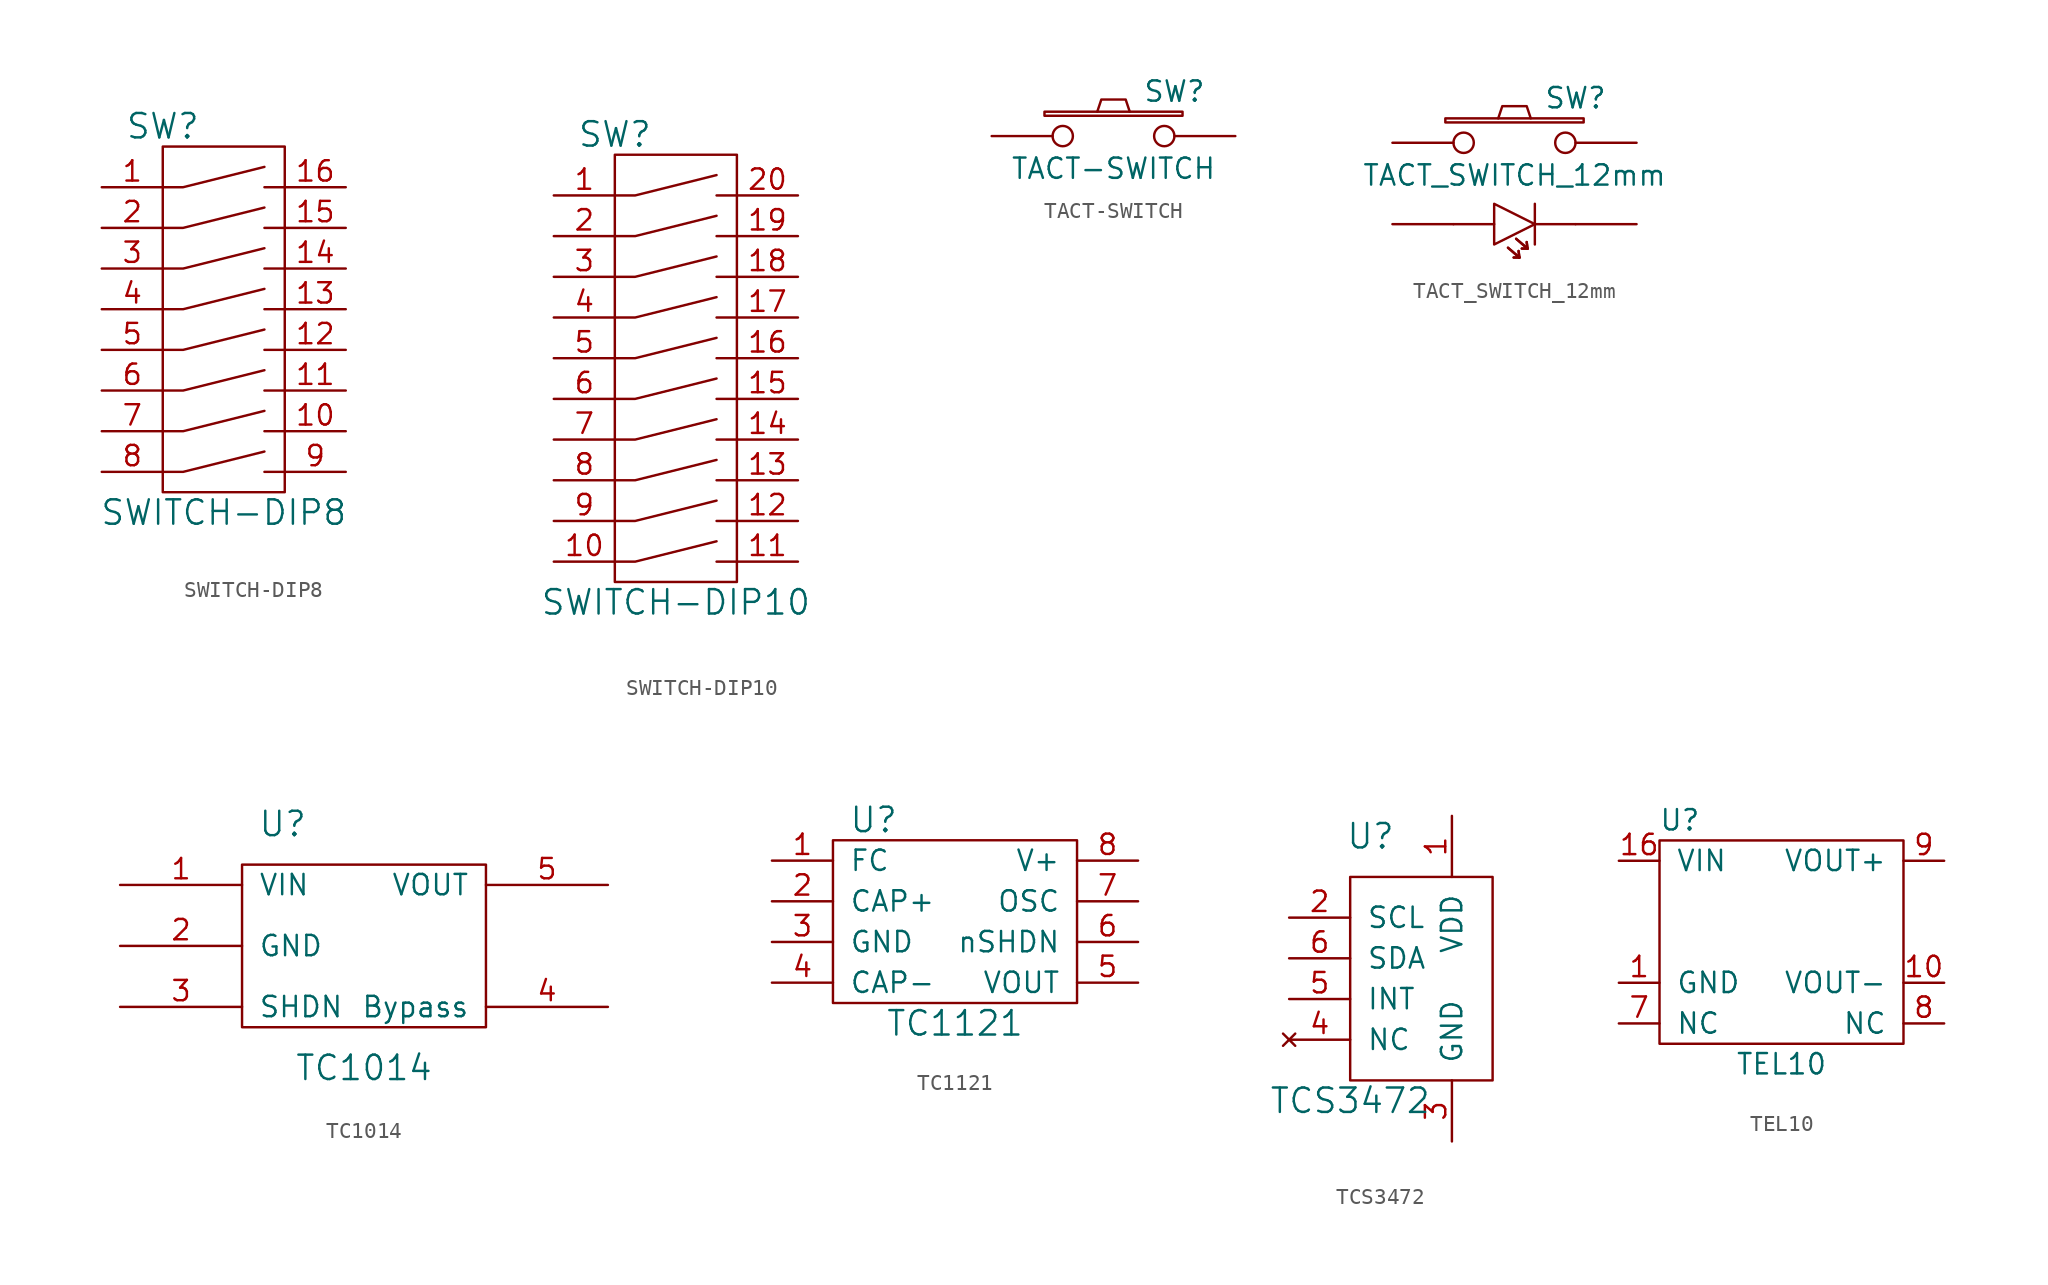
<source format=kicad_sym>
(kicad_symbol_lib
  (version 20211014)
  (generator kicad_symbol_editor)
  (symbol "SWITCH-DIP8"
    (pin_names
      (offset 1.016))
    (property "Reference" "SW"
      (at -15.24 13.97 0)
      (effects (font (size 1.524 1.524))))
    (property "Value" "SWITCH-DIP8"
      (at -11.43 -10.16 0)
      (effects (font (size 1.524 1.524))))
    (property "Footprint" ""
      (at 0 0 0)
      (effects (font (size 1.524 1.524))))
    (property "Datasheet" ""
      (at 0 0 0)
      (effects (font (size 1.524 1.524))))
    (symbol "SWITCH-DIP8_0_1"
      (rectangle (start -15.24 12.7) (end -7.62 -8.89) (stroke (width 0) (type default) (color 0 0 0 0)) (fill (type none)))
      (polyline (pts (xy -8.89 -7.62) (xy -7.62 -7.62)) (stroke (width 0) (type default) (color 0 0 0 0)) (fill (type none)))
      (polyline (pts (xy -8.89 -5.08) (xy -7.62 -5.08)) (stroke (width 0) (type default) (color 0 0 0 0)) (fill (type none)))
      (polyline (pts (xy -8.89 -2.54) (xy -7.62 -2.54)) (stroke (width 0) (type default) (color 0 0 0 0)) (fill (type none)))
      (polyline (pts (xy -8.89 0) (xy -7.62 0)) (stroke (width 0) (type default) (color 0 0 0 0)) (fill (type none)))
      (polyline (pts (xy -8.89 10.16) (xy -7.62 10.16)) (stroke (width 0) (type default) (color 0 0 0 0)) (fill (type none)))
      (polyline (pts (xy -7.62 2.54) (xy -8.89 2.54)) (stroke (width 0) (type default) (color 0 0 0 0)) (fill (type none)))
      (polyline (pts (xy -7.62 5.08) (xy -8.89 5.08)) (stroke (width 0) (type default) (color 0 0 0 0)) (fill (type none)))
      (polyline (pts (xy -7.62 7.62) (xy -8.89 7.62)) (stroke (width 0) (type default) (color 0 0 0 0)) (fill (type none)))
      (polyline (pts (xy -15.24 -7.62) (xy -13.97 -7.62) (xy -8.89 -6.35)) (stroke (width 0) (type default) (color 0 0 0 0)) (fill (type none)))
      (polyline (pts (xy -15.24 -5.08) (xy -13.97 -5.08) (xy -8.89 -3.81)) (stroke (width 0) (type default) (color 0 0 0 0)) (fill (type none)))
      (polyline (pts (xy -15.24 -2.54) (xy -13.97 -2.54) (xy -8.89 -1.27)) (stroke (width 0) (type default) (color 0 0 0 0)) (fill (type none)))
      (polyline (pts (xy -15.24 0) (xy -13.97 0) (xy -8.89 1.27)) (stroke (width 0) (type default) (color 0 0 0 0)) (fill (type none)))
      (polyline (pts (xy -15.24 2.54) (xy -13.97 2.54) (xy -8.89 3.81)) (stroke (width 0) (type default) (color 0 0 0 0)) (fill (type none)))
      (polyline (pts (xy -15.24 5.08) (xy -13.97 5.08) (xy -8.89 6.35)) (stroke (width 0) (type default) (color 0 0 0 0)) (fill (type none)))
      (polyline (pts (xy -15.24 7.62) (xy -13.97 7.62) (xy -8.89 8.89)) (stroke (width 0) (type default) (color 0 0 0 0)) (fill (type none)))
      (polyline (pts (xy -15.24 10.16) (xy -13.97 10.16) (xy -8.89 11.43)) (stroke (width 0) (type default) (color 0 0 0 0)) (fill (type none))))
    (symbol "SWITCH-DIP8_1_1"
      (pin passive line (at -19.05 10.16 0) (length 3.81) (name "~" (effects (font (size 1.27 1.27)))) (number "1" (effects (font (size 1.27 1.27)))))
      (pin passive line (at -3.81 -5.08 180) (length 3.81) (name "~" (effects (font (size 1.27 1.27)))) (number "10" (effects (font (size 1.27 1.27)))))
      (pin passive line (at -3.81 -2.54 180) (length 3.81) (name "~" (effects (font (size 1.27 1.27)))) (number "11" (effects (font (size 1.27 1.27)))))
      (pin passive line (at -3.81 0 180) (length 3.81) (name "~" (effects (font (size 1.27 1.27)))) (number "12" (effects (font (size 1.27 1.27)))))
      (pin passive line (at -3.81 2.54 180) (length 3.81) (name "~" (effects (font (size 1.27 1.27)))) (number "13" (effects (font (size 1.27 1.27)))))
      (pin passive line (at -3.81 5.08 180) (length 3.81) (name "~" (effects (font (size 1.27 1.27)))) (number "14" (effects (font (size 1.27 1.27)))))
      (pin passive line (at -3.81 7.62 180) (length 3.81) (name "~" (effects (font (size 1.27 1.27)))) (number "15" (effects (font (size 1.27 1.27)))))
      (pin passive line (at -3.81 10.16 180) (length 3.81) (name "~" (effects (font (size 1.27 1.27)))) (number "16" (effects (font (size 1.27 1.27)))))
      (pin passive line (at -19.05 7.62 0) (length 3.81) (name "~" (effects (font (size 1.27 1.27)))) (number "2" (effects (font (size 1.27 1.27)))))
      (pin passive line (at -19.05 5.08 0) (length 3.81) (name "~" (effects (font (size 1.27 1.27)))) (number "3" (effects (font (size 1.27 1.27)))))
      (pin passive line (at -19.05 2.54 0) (length 3.81) (name "~" (effects (font (size 1.27 1.27)))) (number "4" (effects (font (size 1.27 1.27)))))
      (pin passive line (at -19.05 0 0) (length 3.81) (name "~" (effects (font (size 1.27 1.27)))) (number "5" (effects (font (size 1.27 1.27)))))
      (pin passive line (at -19.05 -2.54 0) (length 3.81) (name "~" (effects (font (size 1.27 1.27)))) (number "6" (effects (font (size 1.27 1.27)))))
      (pin passive line (at -19.05 -5.08 0) (length 3.81) (name "~" (effects (font (size 1.27 1.27)))) (number "7" (effects (font (size 1.27 1.27)))))
      (pin passive line (at -19.05 -7.62 0) (length 3.81) (name "~" (effects (font (size 1.27 1.27)))) (number "8" (effects (font (size 1.27 1.27)))))
      (pin passive line (at -3.81 -7.62 180) (length 3.81) (name "~" (effects (font (size 1.27 1.27)))) (number "9" (effects (font (size 1.27 1.27)))))))
  (symbol "SWITCH-DIP10"
    (pin_names
      (offset 1.016))
    (property "Reference" "SW"
      (at -15.24 13.97 0)
      (effects (font (size 1.524 1.524))))
    (property "Value" "SWITCH-DIP10"
      (at -11.43 -15.24 0)
      (effects (font (size 1.524 1.524))))
    (property "Footprint" ""
      (at 0 0 0)
      (effects (font (size 1.524 1.524))))
    (property "Datasheet" ""
      (at 0 0 0)
      (effects (font (size 1.524 1.524))))
    (symbol "SWITCH-DIP10_0_1"
      (rectangle (start -15.24 12.7) (end -7.62 -13.97) (stroke (width 0) (type default) (color 0 0 0 0)) (fill (type none)))
      (polyline (pts (xy -8.89 -10.16) (xy -7.62 -10.16)) (stroke (width 0) (type default) (color 0 0 0 0)) (fill (type none)))
      (polyline (pts (xy -8.89 -7.62) (xy -7.62 -7.62)) (stroke (width 0) (type default) (color 0 0 0 0)) (fill (type none)))
      (polyline (pts (xy -8.89 -5.08) (xy -7.62 -5.08)) (stroke (width 0) (type default) (color 0 0 0 0)) (fill (type none)))
      (polyline (pts (xy -8.89 -2.54) (xy -7.62 -2.54)) (stroke (width 0) (type default) (color 0 0 0 0)) (fill (type none)))
      (polyline (pts (xy -8.89 0) (xy -7.62 0)) (stroke (width 0) (type default) (color 0 0 0 0)) (fill (type none)))
      (polyline (pts (xy -8.89 10.16) (xy -7.62 10.16)) (stroke (width 0) (type default) (color 0 0 0 0)) (fill (type none)))
      (polyline (pts (xy -7.62 -12.7) (xy -8.89 -12.7)) (stroke (width 0) (type default) (color 0 0 0 0)) (fill (type none)))
      (polyline (pts (xy -7.62 2.54) (xy -8.89 2.54)) (stroke (width 0) (type default) (color 0 0 0 0)) (fill (type none)))
      (polyline (pts (xy -7.62 5.08) (xy -8.89 5.08)) (stroke (width 0) (type default) (color 0 0 0 0)) (fill (type none)))
      (polyline (pts (xy -7.62 7.62) (xy -8.89 7.62)) (stroke (width 0) (type default) (color 0 0 0 0)) (fill (type none)))
      (polyline (pts (xy -15.24 -12.7) (xy -13.97 -12.7) (xy -8.89 -11.43)) (stroke (width 0) (type default) (color 0 0 0 0)) (fill (type none)))
      (polyline (pts (xy -15.24 -10.16) (xy -13.97 -10.16) (xy -8.89 -8.89)) (stroke (width 0) (type default) (color 0 0 0 0)) (fill (type none)))
      (polyline (pts (xy -15.24 -7.62) (xy -13.97 -7.62) (xy -8.89 -6.35)) (stroke (width 0) (type default) (color 0 0 0 0)) (fill (type none)))
      (polyline (pts (xy -15.24 -5.08) (xy -13.97 -5.08) (xy -8.89 -3.81)) (stroke (width 0) (type default) (color 0 0 0 0)) (fill (type none)))
      (polyline (pts (xy -15.24 -2.54) (xy -13.97 -2.54) (xy -8.89 -1.27)) (stroke (width 0) (type default) (color 0 0 0 0)) (fill (type none)))
      (polyline (pts (xy -15.24 0) (xy -13.97 0) (xy -8.89 1.27)) (stroke (width 0) (type default) (color 0 0 0 0)) (fill (type none)))
      (polyline (pts (xy -15.24 2.54) (xy -13.97 2.54) (xy -8.89 3.81)) (stroke (width 0) (type default) (color 0 0 0 0)) (fill (type none)))
      (polyline (pts (xy -15.24 5.08) (xy -13.97 5.08) (xy -8.89 6.35)) (stroke (width 0) (type default) (color 0 0 0 0)) (fill (type none)))
      (polyline (pts (xy -15.24 7.62) (xy -13.97 7.62) (xy -8.89 8.89)) (stroke (width 0) (type default) (color 0 0 0 0)) (fill (type none)))
      (polyline (pts (xy -15.24 10.16) (xy -13.97 10.16) (xy -8.89 11.43)) (stroke (width 0) (type default) (color 0 0 0 0)) (fill (type none))))
    (symbol "SWITCH-DIP10_1_1"
      (pin passive line (at -19.05 10.16 0) (length 3.81) (name "~" (effects (font (size 1.27 1.27)))) (number "1" (effects (font (size 1.27 1.27)))))
      (pin passive line (at -19.05 -12.7 0) (length 3.81) (name "~" (effects (font (size 1.27 1.27)))) (number "10" (effects (font (size 1.27 1.27)))))
      (pin passive line (at -3.81 -12.7 180) (length 3.81) (name "~" (effects (font (size 1.27 1.27)))) (number "11" (effects (font (size 1.27 1.27)))))
      (pin passive line (at -3.81 -10.16 180) (length 3.81) (name "~" (effects (font (size 1.27 1.27)))) (number "12" (effects (font (size 1.27 1.27)))))
      (pin passive line (at -3.81 -7.62 180) (length 3.81) (name "~" (effects (font (size 1.27 1.27)))) (number "13" (effects (font (size 1.27 1.27)))))
      (pin passive line (at -3.81 -5.08 180) (length 3.81) (name "~" (effects (font (size 1.27 1.27)))) (number "14" (effects (font (size 1.27 1.27)))))
      (pin passive line (at -3.81 -2.54 180) (length 3.81) (name "~" (effects (font (size 1.27 1.27)))) (number "15" (effects (font (size 1.27 1.27)))))
      (pin passive line (at -3.81 0 180) (length 3.81) (name "~" (effects (font (size 1.27 1.27)))) (number "16" (effects (font (size 1.27 1.27)))))
      (pin passive line (at -3.81 2.54 180) (length 3.81) (name "~" (effects (font (size 1.27 1.27)))) (number "17" (effects (font (size 1.27 1.27)))))
      (pin passive line (at -3.81 5.08 180) (length 3.81) (name "~" (effects (font (size 1.27 1.27)))) (number "18" (effects (font (size 1.27 1.27)))))
      (pin passive line (at -3.81 7.62 180) (length 3.81) (name "~" (effects (font (size 1.27 1.27)))) (number "19" (effects (font (size 1.27 1.27)))))
      (pin passive line (at -19.05 7.62 0) (length 3.81) (name "~" (effects (font (size 1.27 1.27)))) (number "2" (effects (font (size 1.27 1.27)))))
      (pin passive line (at -3.81 10.16 180) (length 3.81) (name "~" (effects (font (size 1.27 1.27)))) (number "20" (effects (font (size 1.27 1.27)))))
      (pin passive line (at -19.05 5.08 0) (length 3.81) (name "~" (effects (font (size 1.27 1.27)))) (number "3" (effects (font (size 1.27 1.27)))))
      (pin passive line (at -19.05 2.54 0) (length 3.81) (name "~" (effects (font (size 1.27 1.27)))) (number "4" (effects (font (size 1.27 1.27)))))
      (pin passive line (at -19.05 0 0) (length 3.81) (name "~" (effects (font (size 1.27 1.27)))) (number "5" (effects (font (size 1.27 1.27)))))
      (pin passive line (at -19.05 -2.54 0) (length 3.81) (name "~" (effects (font (size 1.27 1.27)))) (number "6" (effects (font (size 1.27 1.27)))))
      (pin passive line (at -19.05 -5.08 0) (length 3.81) (name "~" (effects (font (size 1.27 1.27)))) (number "7" (effects (font (size 1.27 1.27)))))
      (pin passive line (at -19.05 -7.62 0) (length 3.81) (name "~" (effects (font (size 1.27 1.27)))) (number "8" (effects (font (size 1.27 1.27)))))
      (pin passive line (at -19.05 -10.16 0) (length 3.81) (name "~" (effects (font (size 1.27 1.27)))) (number "9" (effects (font (size 1.27 1.27)))))))
  (symbol "TACT-SWITCH"
    (pin_numbers hide)
    (pin_names
      (offset 1.016) hide)
    (property "Reference" "SW"
      (at 3.81 2.794 0)
      (effects (font (size 1.27 1.27))))
    (property "Value" "TACT-SWITCH"
      (at 0 -2.032 0)
      (effects (font (size 1.27 1.27))))
    (property "Footprint" ""
      (at 0 0 0)
      (effects (font (size 1.524 1.524))))
    (property "Datasheet" ""
      (at 0 0 0)
      (effects (font (size 1.524 1.524))))
    (symbol "TACT-SWITCH_0_1"
      (rectangle (start -4.318 1.27) (end 4.318 1.524) (stroke (width 0) (type default) (color 0 0 0 0)) (fill (type none)))
      (polyline (pts (xy -1.016 1.524) (xy -0.762 2.286) (xy 0.762 2.286) (xy 1.016 1.524)) (stroke (width 0) (type default) (color 0 0 0 0)) (fill (type none)))
      (pin passive inverted (at -7.62 0 0) (length 5.08) (name "1" (effects (font (size 1.524 1.524)))) (number "1" (effects (font (size 1.524 1.524)))))
      (pin passive inverted (at 7.62 0 180) (length 5.08) (name "2" (effects (font (size 1.524 1.524)))) (number "2" (effects (font (size 1.524 1.524)))))))
  (symbol "TACT_SWITCH_12mm"
    (pin_numbers hide)
    (pin_names
      (offset 1.016) hide)
    (property "Reference" "SW"
      (at 3.81 2.794 0)
      (effects (font (size 1.27 1.27))))
    (property "Value" "TACT_SWITCH_12mm"
      (at 0 -2.032 0)
      (effects (font (size 1.27 1.27))))
    (property "Footprint" ""
      (at 0 0 0)
      (effects (font (size 1.524 1.524))))
    (property "Datasheet" ""
      (at 0 0 0)
      (effects (font (size 1.524 1.524))))
    (symbol "TACT_SWITCH_12mm_0_1"
      (rectangle (start -4.318 1.27) (end 4.318 1.524) (stroke (width 0) (type default) (color 0 0 0 0)) (fill (type none)))
      (polyline (pts (xy -1.27 -5.08) (xy -3.81 -5.08)) (stroke (width 0) (type default) (color 0 0 0 0)) (fill (type none)))
      (polyline (pts (xy -0.406 -6.553) (xy 0.305 -7.163)) (stroke (width 0) (type default) (color 0 0 0 0)) (fill (type none)))
      (polyline (pts (xy -0.406 -6.553) (xy 0.305 -7.163)) (stroke (width 0) (type default) (color 0 0 0 0)) (fill (type none)))
      (polyline (pts (xy 0.102 -5.994) (xy 0.813 -6.604)) (stroke (width 0) (type default) (color 0 0 0 0)) (fill (type none)))
      (polyline (pts (xy 0.102 -5.994) (xy 0.813 -6.604)) (stroke (width 0) (type default) (color 0 0 0 0)) (fill (type none)))
      (polyline (pts (xy 0.305 -7.163) (xy -0.051 -7.163)) (stroke (width 0) (type default) (color 0 0 0 0)) (fill (type none)))
      (polyline (pts (xy 0.305 -7.163) (xy -0.051 -7.163)) (stroke (width 0) (type default) (color 0 0 0 0)) (fill (type none)))
      (polyline (pts (xy 0.305 -7.163) (xy 0.254 -6.756)) (stroke (width 0) (type default) (color 0 0 0 0)) (fill (type none)))
      (polyline (pts (xy 0.305 -7.163) (xy 0.254 -6.756)) (stroke (width 0) (type default) (color 0 0 0 0)) (fill (type none)))
      (polyline (pts (xy 0.813 -6.604) (xy 0.457 -6.604)) (stroke (width 0) (type default) (color 0 0 0 0)) (fill (type none)))
      (polyline (pts (xy 0.813 -6.604) (xy 0.457 -6.604)) (stroke (width 0) (type default) (color 0 0 0 0)) (fill (type none)))
      (polyline (pts (xy 0.813 -6.604) (xy 0.762 -6.198)) (stroke (width 0) (type default) (color 0 0 0 0)) (fill (type none)))
      (polyline (pts (xy 0.813 -6.604) (xy 0.762 -6.198)) (stroke (width 0) (type default) (color 0 0 0 0)) (fill (type none)))
      (polyline (pts (xy 1.27 -5.08) (xy 3.81 -5.08)) (stroke (width 0) (type default) (color 0 0 0 0)) (fill (type none)))
      (polyline (pts (xy 1.27 -3.81) (xy 1.27 -6.35)) (stroke (width 0) (type default) (color 0 0 0 0)) (fill (type none)))
      (polyline (pts (xy -1.27 -3.81) (xy -1.27 -6.35) (xy 1.27 -5.08) (xy -1.27 -3.81)) (stroke (width 0) (type default) (color 0 0 0 0)) (fill (type none)))
      (polyline (pts (xy -1.016 1.524) (xy -0.762 2.286) (xy 0.762 2.286) (xy 1.016 1.524)) (stroke (width 0) (type default) (color 0 0 0 0)) (fill (type none)))
      (pin passive inverted (at -7.62 0 0) (length 5.08) (name "3" (effects (font (size 1.524 1.524)))) (number "3" (effects (font (size 1.524 1.524)))))
      (pin passive inverted (at 7.62 0 180) (length 5.08) (name "4" (effects (font (size 1.524 1.524)))) (number "4" (effects (font (size 1.524 1.524))))))
    (symbol "TACT_SWITCH_12mm_1_1"
      (pin passive line (at -7.62 -5.08 0) (length 3.81) (name "~" (effects (font (size 1.27 1.27)))) (number "1" (effects (font (size 1.27 1.27)))))
      (pin passive line (at 7.62 -5.08 180) (length 3.81) (name "~" (effects (font (size 1.27 1.27)))) (number "2" (effects (font (size 1.27 1.27)))))))
  (symbol "TC1014"
    (pin_names
      (offset 1.016))
    (property "Reference" "U"
      (at -5.08 5.08 0)
      (effects (font (size 1.524 1.524))))
    (property "Value" "TC1014"
      (at 0 -10.16 0)
      (effects (font (size 1.524 1.524))))
    (property "Footprint" ""
      (at 0 0 0)
      (effects (font (size 1.524 1.524))))
    (property "Datasheet" ""
      (at 0 0 0)
      (effects (font (size 1.524 1.524))))
    (symbol "TC1014_0_1"
      (rectangle (start -7.62 2.54) (end 7.62 -7.62) (stroke (width 0) (type default) (color 0 0 0 0)) (fill (type none))))
    (symbol "TC1014_1_1"
      (pin power_in line (at -15.24 1.27 0) (length 7.62) (name "VIN" (effects (font (size 1.27 1.27)))) (number "1" (effects (font (size 1.27 1.27)))))
      (pin passive line (at -15.24 -2.54 0) (length 7.62) (name "GND" (effects (font (size 1.27 1.27)))) (number "2" (effects (font (size 1.27 1.27)))))
      (pin passive line (at -15.24 -6.35 0) (length 7.62) (name "SHDN" (effects (font (size 1.27 1.27)))) (number "3" (effects (font (size 1.27 1.27)))))
      (pin passive line (at 15.24 -6.35 180) (length 7.62) (name "Bypass" (effects (font (size 1.27 1.27)))) (number "4" (effects (font (size 1.27 1.27)))))
      (pin power_out line (at 15.24 1.27 180) (length 7.62) (name "VOUT" (effects (font (size 1.27 1.27)))) (number "5" (effects (font (size 1.27 1.27)))))))
  (symbol "TC1121"
    (pin_names
      (offset 1.016))
    (property "Reference" "U"
      (at -5.08 6.35 0)
      (effects (font (size 1.524 1.524))))
    (property "Value" "TC1121"
      (at 0 -6.35 0)
      (effects (font (size 1.524 1.524))))
    (property "Footprint" ""
      (at 0 0 0)
      (effects (font (size 1.524 1.524))))
    (property "Datasheet" ""
      (at 0 0 0)
      (effects (font (size 1.524 1.524))))
    (symbol "TC1121_0_1"
      (rectangle (start -7.62 5.08) (end 7.62 -5.08) (stroke (width 0) (type default) (color 0 0 0 0)) (fill (type none))))
    (symbol "TC1121_1_1"
      (pin passive line (at -11.43 3.81 0) (length 3.81) (name "FC" (effects (font (size 1.27 1.27)))) (number "1" (effects (font (size 1.27 1.27)))))
      (pin passive line (at -11.43 1.27 0) (length 3.81) (name "CAP+" (effects (font (size 1.27 1.27)))) (number "2" (effects (font (size 1.27 1.27)))))
      (pin passive line (at -11.43 -1.27 0) (length 3.81) (name "GND" (effects (font (size 1.27 1.27)))) (number "3" (effects (font (size 1.27 1.27)))))
      (pin passive line (at -11.43 -3.81 0) (length 3.81) (name "CAP-" (effects (font (size 1.27 1.27)))) (number "4" (effects (font (size 1.27 1.27)))))
      (pin passive line (at 11.43 -3.81 180) (length 3.81) (name "VOUT" (effects (font (size 1.27 1.27)))) (number "5" (effects (font (size 1.27 1.27)))))
      (pin passive line (at 11.43 -1.27 180) (length 3.81) (name "nSHDN" (effects (font (size 1.27 1.27)))) (number "6" (effects (font (size 1.27 1.27)))))
      (pin passive line (at 11.43 1.27 180) (length 3.81) (name "OSC" (effects (font (size 1.27 1.27)))) (number "7" (effects (font (size 1.27 1.27)))))
      (pin passive line (at 11.43 3.81 180) (length 3.81) (name "V+" (effects (font (size 1.27 1.27)))) (number "8" (effects (font (size 1.27 1.27)))))))
  (symbol "TCS3472"
    (pin_names
      (offset 1.016))
    (property "Reference" "U"
      (at -2.54 8.89 0)
      (effects (font (size 1.524 1.524))))
    (property "Value" "TCS3472"
      (at -3.81 -7.62 0)
      (effects (font (size 1.524 1.524))))
    (property "Footprint" ""
      (at 1.27 1.27 0)
      (effects (font (size 1.524 1.524))))
    (property "Datasheet" ""
      (at 1.27 1.27 0)
      (effects (font (size 1.524 1.524))))
    (symbol "TCS3472_0_1"
      (rectangle (start -3.81 6.35) (end 5.08 -6.35) (stroke (width 0) (type default) (color 0 0 0 0)) (fill (type none))))
    (symbol "TCS3472_1_1"
      (pin passive line (at 2.54 10.16 270) (length 3.81) (name "VDD" (effects (font (size 1.27 1.27)))) (number "1" (effects (font (size 1.27 1.27)))))
      (pin passive line (at -7.62 3.81 0) (length 3.81) (name "SCL" (effects (font (size 1.27 1.27)))) (number "2" (effects (font (size 1.27 1.27)))))
      (pin passive line (at 2.54 -10.16 90) (length 3.81) (name "GND" (effects (font (size 1.27 1.27)))) (number "3" (effects (font (size 1.27 1.27)))))
      (pin no_connect line (at -7.62 -3.81 0) (length 3.81) (name "NC" (effects (font (size 1.27 1.27)))) (number "4" (effects (font (size 1.27 1.27)))))
      (pin passive line (at -7.62 -1.27 0) (length 3.81) (name "INT" (effects (font (size 1.27 1.27)))) (number "5" (effects (font (size 1.27 1.27)))))
      (pin passive line (at -7.62 1.27 0) (length 3.81) (name "SDA" (effects (font (size 1.27 1.27)))) (number "6" (effects (font (size 1.27 1.27)))))))
  (symbol "TEL10"
    (pin_names
      (offset 1.016))
    (property "Reference" "U"
      (at -6.35 6.35 0)
      (effects (font (size 1.27 1.27))))
    (property "Value" "TEL10"
      (at 0 -8.89 0)
      (effects (font (size 1.27 1.27))))
    (symbol "TEL10_0_1"
      (rectangle (start -7.62 5.08) (end 7.62 -7.62) (stroke (width 0) (type default) (color 0 0 0 0)) (fill (type none))))
    (symbol "TEL10_1_1"
      (pin passive line (at -10.16 -3.81 0) (length 2.54) (name "GND" (effects (font (size 1.27 1.27)))) (number "1" (effects (font (size 1.27 1.27)))))
      (pin passive line (at 10.16 -3.81 180) (length 2.54) (name "VOUT-" (effects (font (size 1.27 1.27)))) (number "10" (effects (font (size 1.27 1.27)))))
      (pin passive line (at -10.16 3.81 0) (length 2.54) (name "VIN" (effects (font (size 1.27 1.27)))) (number "16" (effects (font (size 1.27 1.27)))))
      (pin passive line (at -10.16 -6.35 0) (length 2.54) (name "NC" (effects (font (size 1.27 1.27)))) (number "7" (effects (font (size 1.27 1.27)))))
      (pin passive line (at 10.16 -6.35 180) (length 2.54) (name "NC" (effects (font (size 1.27 1.27)))) (number "8" (effects (font (size 1.27 1.27)))))
      (pin passive line (at 10.16 3.81 180) (length 2.54) (name "VOUT+" (effects (font (size 1.27 1.27)))) (number "9" (effects (font (size 1.27 1.27))))))))
</source>
